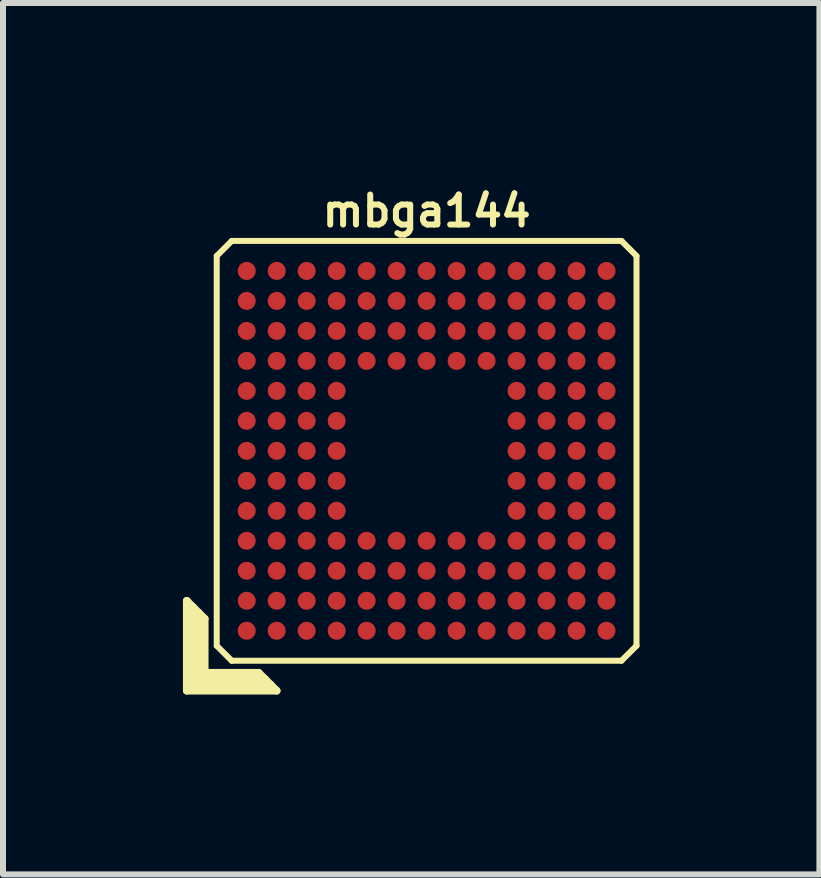
<source format=kicad_pcb>
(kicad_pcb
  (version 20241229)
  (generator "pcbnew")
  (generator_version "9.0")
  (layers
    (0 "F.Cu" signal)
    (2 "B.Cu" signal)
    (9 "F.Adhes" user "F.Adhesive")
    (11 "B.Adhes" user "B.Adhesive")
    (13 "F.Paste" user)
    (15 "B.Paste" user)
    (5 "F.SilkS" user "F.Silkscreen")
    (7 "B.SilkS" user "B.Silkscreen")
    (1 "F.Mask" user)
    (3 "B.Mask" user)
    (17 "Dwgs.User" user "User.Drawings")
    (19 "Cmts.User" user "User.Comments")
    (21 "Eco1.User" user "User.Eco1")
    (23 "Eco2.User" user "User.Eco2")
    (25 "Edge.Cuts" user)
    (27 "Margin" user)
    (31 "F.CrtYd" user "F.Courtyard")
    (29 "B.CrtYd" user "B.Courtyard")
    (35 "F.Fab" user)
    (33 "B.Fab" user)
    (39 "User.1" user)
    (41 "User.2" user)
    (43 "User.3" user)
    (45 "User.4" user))
  (footprint "mbga144"
    (layer "F.Cu")
    (at 4.064 4.468)
    (property "Reference" "mbga144" (at 0 -4 0) (layer "F.SilkS") (effects (font (size 0.5 0.5) (thickness 0.1))))
    (attr smd)
    (fp_line (start -4 2.5) (end -3.7 2.8) (stroke (width 0.127) (type solid)) (layer "F.SilkS"))
    (fp_line (start -4 4) (end -4 2.5) (stroke (width 0.127) (type solid)) (layer "F.SilkS"))
    (fp_line (start -3.9 2.6) (end -3.9 3.9) (stroke (width 0.127) (type solid)) (layer "F.SilkS"))
    (fp_line (start -3.9 3.9) (end -2.6 3.9) (stroke (width 0.127) (type solid)) (layer "F.SilkS"))
    (fp_line (start -3.8 3.8) (end -3.8 2.7) (stroke (width 0.127) (type solid)) (layer "F.SilkS"))
    (fp_line (start -3.7 2.8) (end -3.7 3.7) (stroke (width 0.127) (type solid)) (layer "F.SilkS"))
    (fp_line (start -3.7 3.7) (end -2.8 3.7) (stroke (width 0.127) (type solid)) (layer "F.SilkS"))
    (fp_line (start -3.5 -3.25) (end -3.5 3.25) (stroke (width 0.1) (type solid)) (layer "F.SilkS"))
    (fp_line (start -3.5 -3.25) (end -3.25 -3.5) (stroke (width 0.1) (type solid)) (layer "F.SilkS"))
    (fp_line (start -3.25 3.5) (end -3.5 3.25) (stroke (width 0.1) (type solid)) (layer "F.SilkS"))
    (fp_line (start -3.25 3.5) (end 3.25 3.5) (stroke (width 0.1) (type solid)) (layer "F.SilkS"))
    (fp_line (start -2.8 3.7) (end -2.5 4) (stroke (width 0.127) (type solid)) (layer "F.SilkS"))
    (fp_line (start -2.7 3.8) (end -3.8 3.8) (stroke (width 0.127) (type solid)) (layer "F.SilkS"))
    (fp_line (start -2.5 4) (end -4 4) (stroke (width 0.127) (type solid)) (layer "F.SilkS"))
    (fp_line (start 3.25 -3.5) (end -3.25 -3.5) (stroke (width 0.1) (type solid)) (layer "F.SilkS"))
    (fp_line (start 3.25 -3.5) (end 3.5 -3.25) (stroke (width 0.1) (type solid)) (layer "F.SilkS"))
    (fp_line (start 3.5 3.25) (end 3.25 3.5) (stroke (width 0.1) (type solid)) (layer "F.SilkS"))
    (fp_line (start 3.5 3.25) (end 3.5 -3.25) (stroke (width 0.1) (type solid)) (layer "F.SilkS"))
    (pad "A1" smd circle (at -3 3) (size 0.3 0.3) (layers "F.Cu" "F.Mask" "F.Paste"))
    (pad "A2" smd circle (at -2.5 3) (size 0.3 0.3) (layers "F.Cu" "F.Mask" "F.Paste"))
    (pad "A3" smd circle (at -2 3) (size 0.3 0.3) (layers "F.Cu" "F.Mask" "F.Paste"))
    (pad "A4" smd circle (at -1.5 3) (size 0.3 0.3) (layers "F.Cu" "F.Mask" "F.Paste"))
    (pad "A5" smd circle (at -1 3) (size 0.3 0.3) (layers "F.Cu" "F.Mask" "F.Paste"))
    (pad "A6" smd circle (at -0.5 3) (size 0.3 0.3) (layers "F.Cu" "F.Mask" "F.Paste"))
    (pad "A7" smd circle (at 0 3) (size 0.3 0.3) (layers "F.Cu" "F.Mask" "F.Paste"))
    (pad "A8" smd circle (at 0.5 3) (size 0.3 0.3) (layers "F.Cu" "F.Mask" "F.Paste"))
    (pad "A9" smd circle (at 1 3) (size 0.3 0.3) (layers "F.Cu" "F.Mask" "F.Paste"))
    (pad "A10" smd circle (at 1.5 3) (size 0.3 0.3) (layers "F.Cu" "F.Mask" "F.Paste"))
    (pad "A11" smd circle (at 2 3) (size 0.3 0.3) (layers "F.Cu" "F.Mask" "F.Paste"))
    (pad "A12" smd circle (at 2.5 3) (size 0.3 0.3) (layers "F.Cu" "F.Mask" "F.Paste"))
    (pad "A13" smd circle (at 3 3) (size 0.3 0.3) (layers "F.Cu" "F.Mask" "F.Paste"))
    (pad "B1" smd circle (at -3 2.5) (size 0.3 0.3) (layers "F.Cu" "F.Mask" "F.Paste"))
    (pad "B2" smd circle (at -2.5 2.5) (size 0.3 0.3) (layers "F.Cu" "F.Mask" "F.Paste"))
    (pad "B3" smd circle (at -2 2.5) (size 0.3 0.3) (layers "F.Cu" "F.Mask" "F.Paste"))
    (pad "B4" smd circle (at -1.5 2.5) (size 0.3 0.3) (layers "F.Cu" "F.Mask" "F.Paste"))
    (pad "B5" smd circle (at -1 2.5) (size 0.3 0.3) (layers "F.Cu" "F.Mask" "F.Paste"))
    (pad "B6" smd circle (at -0.5 2.5) (size 0.3 0.3) (layers "F.Cu" "F.Mask" "F.Paste"))
    (pad "B7" smd circle (at 0 2.5) (size 0.3 0.3) (layers "F.Cu" "F.Mask" "F.Paste"))
    (pad "B8" smd circle (at 0.5 2.5) (size 0.3 0.3) (layers "F.Cu" "F.Mask" "F.Paste"))
    (pad "B9" smd circle (at 1 2.5) (size 0.3 0.3) (layers "F.Cu" "F.Mask" "F.Paste"))
    (pad "B10" smd circle (at 1.5 2.5) (size 0.3 0.3) (layers "F.Cu" "F.Mask" "F.Paste"))
    (pad "B11" smd circle (at 2 2.5) (size 0.3 0.3) (layers "F.Cu" "F.Mask" "F.Paste"))
    (pad "B12" smd circle (at 2.5 2.5) (size 0.3 0.3) (layers "F.Cu" "F.Mask" "F.Paste"))
    (pad "B13" smd circle (at 3 2.5) (size 0.3 0.3) (layers "F.Cu" "F.Mask" "F.Paste"))
    (pad "C1" smd circle (at -3 2) (size 0.3 0.3) (layers "F.Cu" "F.Mask" "F.Paste"))
    (pad "C2" smd circle (at -2.5 2) (size 0.3 0.3) (layers "F.Cu" "F.Mask" "F.Paste"))
    (pad "C3" smd circle (at -2 2) (size 0.3 0.3) (layers "F.Cu" "F.Mask" "F.Paste"))
    (pad "C4" smd circle (at -1.5 2) (size 0.3 0.3) (layers "F.Cu" "F.Mask" "F.Paste"))
    (pad "C5" smd circle (at -1 2) (size 0.3 0.3) (layers "F.Cu" "F.Mask" "F.Paste"))
    (pad "C6" smd circle (at -0.5 2) (size 0.3 0.3) (layers "F.Cu" "F.Mask" "F.Paste"))
    (pad "C7" smd circle (at 0 2) (size 0.3 0.3) (layers "F.Cu" "F.Mask" "F.Paste"))
    (pad "C8" smd circle (at 0.5 2) (size 0.3 0.3) (layers "F.Cu" "F.Mask" "F.Paste"))
    (pad "C9" smd circle (at 1 2) (size 0.3 0.3) (layers "F.Cu" "F.Mask" "F.Paste"))
    (pad "C10" smd circle (at 1.5 2) (size 0.3 0.3) (layers "F.Cu" "F.Mask" "F.Paste"))
    (pad "C11" smd circle (at 2 2) (size 0.3 0.3) (layers "F.Cu" "F.Mask" "F.Paste"))
    (pad "C12" smd circle (at 2.5 2) (size 0.3 0.3) (layers "F.Cu" "F.Mask" "F.Paste"))
    (pad "C13" smd circle (at 3 2) (size 0.3 0.3) (layers "F.Cu" "F.Mask" "F.Paste"))
    (pad "D1" smd circle (at -3 1.5) (size 0.3 0.3) (layers "F.Cu" "F.Mask" "F.Paste"))
    (pad "D2" smd circle (at -2.5 1.5) (size 0.3 0.3) (layers "F.Cu" "F.Mask" "F.Paste"))
    (pad "D3" smd circle (at -2 1.5) (size 0.3 0.3) (layers "F.Cu" "F.Mask" "F.Paste"))
    (pad "D4" smd circle (at -1.5 1.5) (size 0.3 0.3) (layers "F.Cu" "F.Mask" "F.Paste"))
    (pad "D5" smd circle (at -1 1.5) (size 0.3 0.3) (layers "F.Cu" "F.Mask" "F.Paste"))
    (pad "D6" smd circle (at -0.5 1.5) (size 0.3 0.3) (layers "F.Cu" "F.Mask" "F.Paste"))
    (pad "D7" smd circle (at 0 1.5) (size 0.3 0.3) (layers "F.Cu" "F.Mask" "F.Paste"))
    (pad "D8" smd circle (at 0.5 1.5) (size 0.3 0.3) (layers "F.Cu" "F.Mask" "F.Paste"))
    (pad "D9" smd circle (at 1 1.5) (size 0.3 0.3) (layers "F.Cu" "F.Mask" "F.Paste"))
    (pad "D10" smd circle (at 1.5 1.5) (size 0.3 0.3) (layers "F.Cu" "F.Mask" "F.Paste"))
    (pad "D11" smd circle (at 2 1.5) (size 0.3 0.3) (layers "F.Cu" "F.Mask" "F.Paste"))
    (pad "D12" smd circle (at 2.5 1.5) (size 0.3 0.3) (layers "F.Cu" "F.Mask" "F.Paste"))
    (pad "D13" smd circle (at 3 1.5) (size 0.3 0.3) (layers "F.Cu" "F.Mask" "F.Paste"))
    (pad "E1" smd circle (at -3 1) (size 0.3 0.3) (layers "F.Cu" "F.Mask" "F.Paste"))
    (pad "E2" smd circle (at -2.5 1) (size 0.3 0.3) (layers "F.Cu" "F.Mask" "F.Paste"))
    (pad "E3" smd circle (at -2 1) (size 0.3 0.3) (layers "F.Cu" "F.Mask" "F.Paste"))
    (pad "E4" smd circle (at -1.5 1) (size 0.3 0.3) (layers "F.Cu" "F.Mask" "F.Paste"))
    (pad "E10" smd circle (at 1.5 1) (size 0.3 0.3) (layers "F.Cu" "F.Mask" "F.Paste"))
    (pad "E11" smd circle (at 2 1) (size 0.3 0.3) (layers "F.Cu" "F.Mask" "F.Paste"))
    (pad "E12" smd circle (at 2.5 1) (size 0.3 0.3) (layers "F.Cu" "F.Mask" "F.Paste"))
    (pad "E13" smd circle (at 3 1) (size 0.3 0.3) (layers "F.Cu" "F.Mask" "F.Paste"))
    (pad "F1" smd circle (at -3 0.5) (size 0.3 0.3) (layers "F.Cu" "F.Mask" "F.Paste"))
    (pad "F2" smd circle (at -2.5 0.5) (size 0.3 0.3) (layers "F.Cu" "F.Mask" "F.Paste"))
    (pad "F3" smd circle (at -2 0.5) (size 0.3 0.3) (layers "F.Cu" "F.Mask" "F.Paste"))
    (pad "F4" smd circle (at -1.5 0.5) (size 0.3 0.3) (layers "F.Cu" "F.Mask" "F.Paste"))
    (pad "F10" smd circle (at 1.5 0.5) (size 0.3 0.3) (layers "F.Cu" "F.Mask" "F.Paste"))
    (pad "F11" smd circle (at 2 0.5) (size 0.3 0.3) (layers "F.Cu" "F.Mask" "F.Paste"))
    (pad "F12" smd circle (at 2.5 0.5) (size 0.3 0.3) (layers "F.Cu" "F.Mask" "F.Paste"))
    (pad "F13" smd circle (at 3 0.5) (size 0.3 0.3) (layers "F.Cu" "F.Mask" "F.Paste"))
    (pad "G1" smd circle (at -3 0) (size 0.3 0.3) (layers "F.Cu" "F.Mask" "F.Paste"))
    (pad "G2" smd circle (at -2.5 0) (size 0.3 0.3) (layers "F.Cu" "F.Mask" "F.Paste"))
    (pad "G3" smd circle (at -2 0) (size 0.3 0.3) (layers "F.Cu" "F.Mask" "F.Paste"))
    (pad "G4" smd circle (at -1.5 0) (size 0.3 0.3) (layers "F.Cu" "F.Mask" "F.Paste"))
    (pad "G10" smd circle (at 1.5 0) (size 0.3 0.3) (layers "F.Cu" "F.Mask" "F.Paste"))
    (pad "G11" smd circle (at 2 0) (size 0.3 0.3) (layers "F.Cu" "F.Mask" "F.Paste"))
    (pad "G12" smd circle (at 2.5 0) (size 0.3 0.3) (layers "F.Cu" "F.Mask" "F.Paste"))
    (pad "G13" smd circle (at 3 0) (size 0.3 0.3) (layers "F.Cu" "F.Mask" "F.Paste"))
    (pad "H1" smd circle (at -3 -0.5) (size 0.3 0.3) (layers "F.Cu" "F.Mask" "F.Paste"))
    (pad "H2" smd circle (at -2.5 -0.5) (size 0.3 0.3) (layers "F.Cu" "F.Mask" "F.Paste"))
    (pad "H3" smd circle (at -2 -0.5) (size 0.3 0.3) (layers "F.Cu" "F.Mask" "F.Paste"))
    (pad "H4" smd circle (at -1.5 -0.5) (size 0.3 0.3) (layers "F.Cu" "F.Mask" "F.Paste"))
    (pad "H10" smd circle (at 1.5 -0.5) (size 0.3 0.3) (layers "F.Cu" "F.Mask" "F.Paste"))
    (pad "H11" smd circle (at 2 -0.5) (size 0.3 0.3) (layers "F.Cu" "F.Mask" "F.Paste"))
    (pad "H12" smd circle (at 2.5 -0.5) (size 0.3 0.3) (layers "F.Cu" "F.Mask" "F.Paste"))
    (pad "H13" smd circle (at 3 -0.5) (size 0.3 0.3) (layers "F.Cu" "F.Mask" "F.Paste"))
    (pad "J1" smd circle (at -3 -1) (size 0.3 0.3) (layers "F.Cu" "F.Mask" "F.Paste"))
    (pad "J2" smd circle (at -2.5 -1) (size 0.3 0.3) (layers "F.Cu" "F.Mask" "F.Paste"))
    (pad "J3" smd circle (at -2 -1) (size 0.3 0.3) (layers "F.Cu" "F.Mask" "F.Paste"))
    (pad "J4" smd circle (at -1.5 -1) (size 0.3 0.3) (layers "F.Cu" "F.Mask" "F.Paste"))
    (pad "J10" smd circle (at 1.5 -1) (size 0.3 0.3) (layers "F.Cu" "F.Mask" "F.Paste"))
    (pad "J11" smd circle (at 2 -1) (size 0.3 0.3) (layers "F.Cu" "F.Mask" "F.Paste"))
    (pad "J12" smd circle (at 2.5 -1) (size 0.3 0.3) (layers "F.Cu" "F.Mask" "F.Paste"))
    (pad "J13" smd circle (at 3 -1) (size 0.3 0.3) (layers "F.Cu" "F.Mask" "F.Paste"))
    (pad "K1" smd circle (at -3 -1.5) (size 0.3 0.3) (layers "F.Cu" "F.Mask" "F.Paste"))
    (pad "K2" smd circle (at -2.5 -1.5) (size 0.3 0.3) (layers "F.Cu" "F.Mask" "F.Paste"))
    (pad "K3" smd circle (at -2 -1.5) (size 0.3 0.3) (layers "F.Cu" "F.Mask" "F.Paste"))
    (pad "K4" smd circle (at -1.5 -1.5) (size 0.3 0.3) (layers "F.Cu" "F.Mask" "F.Paste"))
    (pad "K5" smd circle (at -1 -1.5) (size 0.3 0.3) (layers "F.Cu" "F.Mask" "F.Paste"))
    (pad "K6" smd circle (at -0.5 -1.5) (size 0.3 0.3) (layers "F.Cu" "F.Mask" "F.Paste"))
    (pad "K7" smd circle (at 0 -1.5) (size 0.3 0.3) (layers "F.Cu" "F.Mask" "F.Paste"))
    (pad "K8" smd circle (at 0.5 -1.5) (size 0.3 0.3) (layers "F.Cu" "F.Mask" "F.Paste"))
    (pad "K9" smd circle (at 1 -1.5) (size 0.3 0.3) (layers "F.Cu" "F.Mask" "F.Paste"))
    (pad "K10" smd circle (at 1.5 -1.5) (size 0.3 0.3) (layers "F.Cu" "F.Mask" "F.Paste"))
    (pad "K11" smd circle (at 2 -1.5) (size 0.3 0.3) (layers "F.Cu" "F.Mask" "F.Paste"))
    (pad "K12" smd circle (at 2.5 -1.5) (size 0.3 0.3) (layers "F.Cu" "F.Mask" "F.Paste"))
    (pad "K13" smd circle (at 3 -1.5) (size 0.3 0.3) (layers "F.Cu" "F.Mask" "F.Paste"))
    (pad "L1" smd circle (at -3 -2) (size 0.3 0.3) (layers "F.Cu" "F.Mask" "F.Paste"))
    (pad "L2" smd circle (at -2.5 -2) (size 0.3 0.3) (layers "F.Cu" "F.Mask" "F.Paste"))
    (pad "L3" smd circle (at -2 -2) (size 0.3 0.3) (layers "F.Cu" "F.Mask" "F.Paste"))
    (pad "L4" smd circle (at -1.5 -2) (size 0.3 0.3) (layers "F.Cu" "F.Mask" "F.Paste"))
    (pad "L5" smd circle (at -1 -2) (size 0.3 0.3) (layers "F.Cu" "F.Mask" "F.Paste"))
    (pad "L6" smd circle (at -0.5 -2) (size 0.3 0.3) (layers "F.Cu" "F.Mask" "F.Paste"))
    (pad "L7" smd circle (at 0 -2) (size 0.3 0.3) (layers "F.Cu" "F.Mask" "F.Paste"))
    (pad "L8" smd circle (at 0.5 -2) (size 0.3 0.3) (layers "F.Cu" "F.Mask" "F.Paste"))
    (pad "L9" smd circle (at 1 -2) (size 0.3 0.3) (layers "F.Cu" "F.Mask" "F.Paste"))
    (pad "L10" smd circle (at 1.5 -2) (size 0.3 0.3) (layers "F.Cu" "F.Mask" "F.Paste"))
    (pad "L11" smd circle (at 2 -2) (size 0.3 0.3) (layers "F.Cu" "F.Mask" "F.Paste"))
    (pad "L12" smd circle (at 2.5 -2) (size 0.3 0.3) (layers "F.Cu" "F.Mask" "F.Paste"))
    (pad "L13" smd circle (at 3 -2) (size 0.3 0.3) (layers "F.Cu" "F.Mask" "F.Paste"))
    (pad "M1" smd circle (at -3 -2.5) (size 0.3 0.3) (layers "F.Cu" "F.Mask" "F.Paste"))
    (pad "M2" smd circle (at -2.5 -2.5) (size 0.3 0.3) (layers "F.Cu" "F.Mask" "F.Paste"))
    (pad "M3" smd circle (at -2 -2.5) (size 0.3 0.3) (layers "F.Cu" "F.Mask" "F.Paste"))
    (pad "M4" smd circle (at -1.5 -2.5) (size 0.3 0.3) (layers "F.Cu" "F.Mask" "F.Paste"))
    (pad "M5" smd circle (at -1 -2.5) (size 0.3 0.3) (layers "F.Cu" "F.Mask" "F.Paste"))
    (pad "M6" smd circle (at -0.5 -2.5) (size 0.3 0.3) (layers "F.Cu" "F.Mask" "F.Paste"))
    (pad "M7" smd circle (at 0 -2.5) (size 0.3 0.3) (layers "F.Cu" "F.Mask" "F.Paste"))
    (pad "M8" smd circle (at 0.5 -2.5) (size 0.3 0.3) (layers "F.Cu" "F.Mask" "F.Paste"))
    (pad "M9" smd circle (at 1 -2.5) (size 0.3 0.3) (layers "F.Cu" "F.Mask" "F.Paste"))
    (pad "M10" smd circle (at 1.5 -2.5) (size 0.3 0.3) (layers "F.Cu" "F.Mask" "F.Paste"))
    (pad "M11" smd circle (at 2 -2.5) (size 0.3 0.3) (layers "F.Cu" "F.Mask" "F.Paste"))
    (pad "M12" smd circle (at 2.5 -2.5) (size 0.3 0.3) (layers "F.Cu" "F.Mask" "F.Paste"))
    (pad "M13" smd circle (at 3 -2.5) (size 0.3 0.3) (layers "F.Cu" "F.Mask" "F.Paste"))
    (pad "N1" smd circle (at -3 -3) (size 0.3 0.3) (layers "F.Cu" "F.Mask" "F.Paste"))
    (pad "N2" smd circle (at -2.5 -3) (size 0.3 0.3) (layers "F.Cu" "F.Mask" "F.Paste"))
    (pad "N3" smd circle (at -2 -3) (size 0.3 0.3) (layers "F.Cu" "F.Mask" "F.Paste"))
    (pad "N4" smd circle (at -1.5 -3) (size 0.3 0.3) (layers "F.Cu" "F.Mask" "F.Paste"))
    (pad "N5" smd circle (at -1 -3) (size 0.3 0.3) (layers "F.Cu" "F.Mask" "F.Paste"))
    (pad "N6" smd circle (at -0.5 -3) (size 0.3 0.3) (layers "F.Cu" "F.Mask" "F.Paste"))
    (pad "N7" smd circle (at 0 -3) (size 0.3 0.3) (layers "F.Cu" "F.Mask" "F.Paste"))
    (pad "N8" smd circle (at 0.5 -3) (size 0.3 0.3) (layers "F.Cu" "F.Mask" "F.Paste"))
    (pad "N9" smd circle (at 1 -3) (size 0.3 0.3) (layers "F.Cu" "F.Mask" "F.Paste"))
    (pad "N10" smd circle (at 1.5 -3) (size 0.3 0.3) (layers "F.Cu" "F.Mask" "F.Paste"))
    (pad "N11" smd circle (at 2 -3) (size 0.3 0.3) (layers "F.Cu" "F.Mask" "F.Paste"))
    (pad "N12" smd circle (at 2.5 -3) (size 0.3 0.3) (layers "F.Cu" "F.Mask" "F.Paste"))
    (pad "N13" smd circle (at 3 -3) (size 0.3 0.3) (layers "F.Cu" "F.Mask" "F.Paste")))
  (gr_rect
    (start -3 -3)
    (end 10.614 11.531)
    (stroke (width 0.1) (type default))
    (fill no)
    (layer "Edge.Cuts")))
</source>
